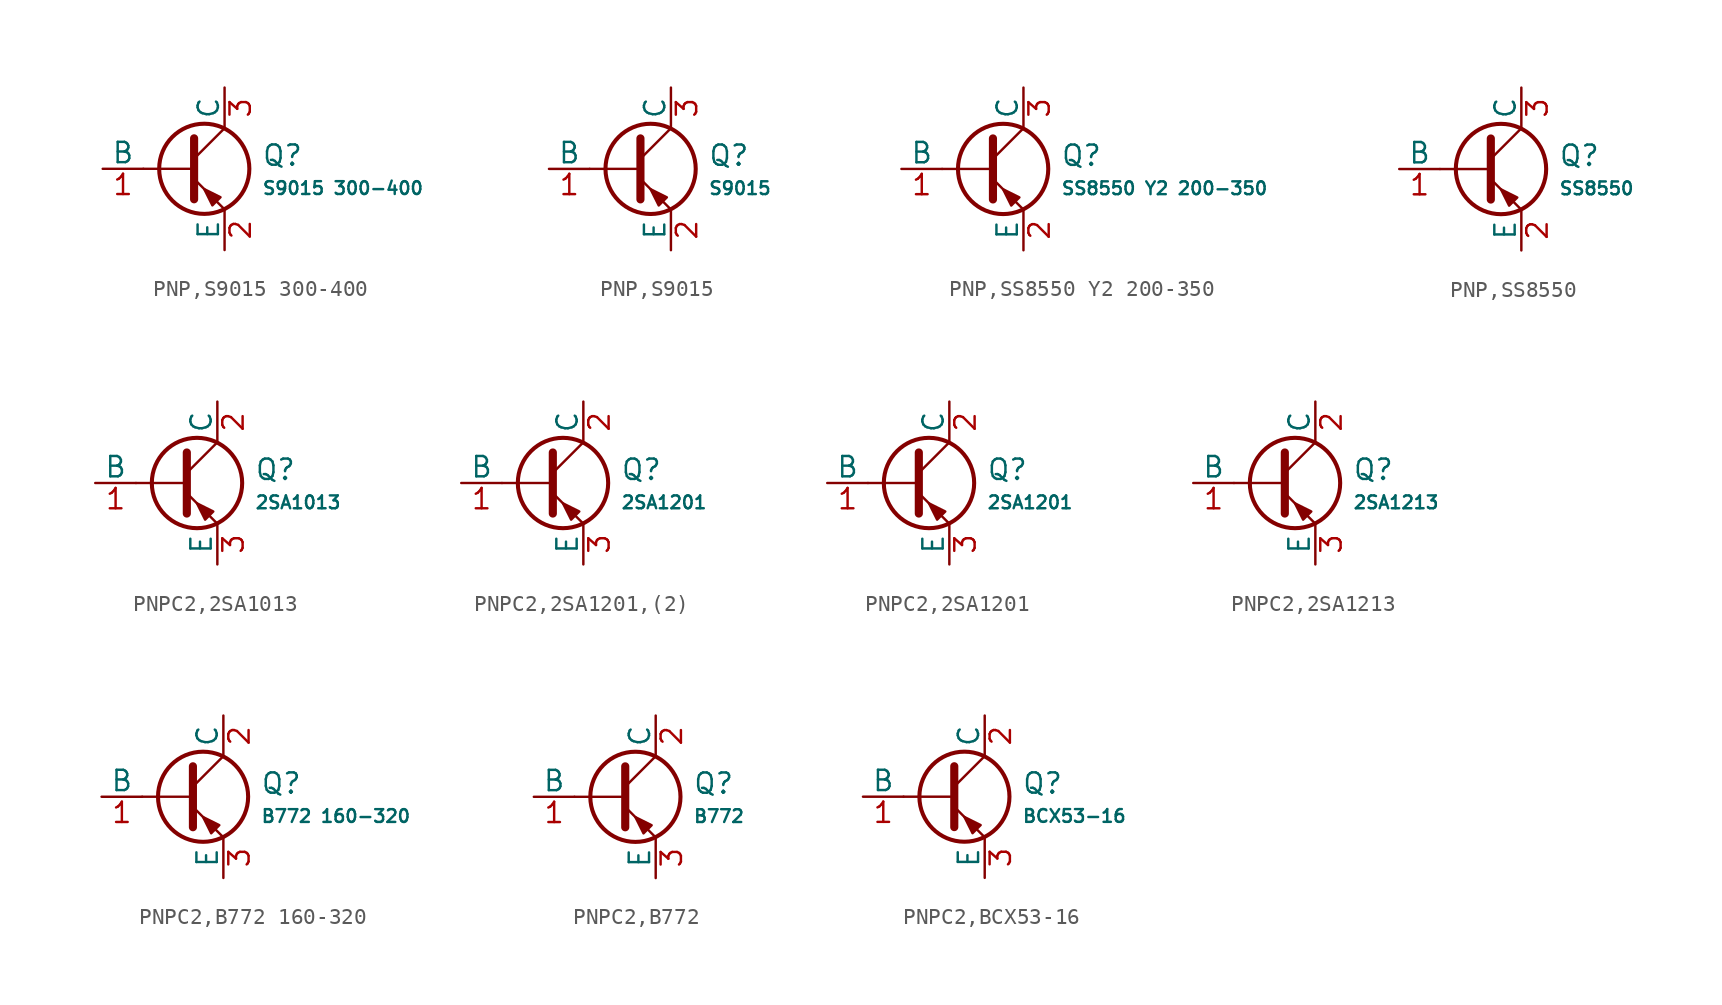
<source format=kicad_sym>
(kicad_symbol_lib
  (version 20231120)
  (generator "CDFER")
  (generator_version "8.0")
  (symbol "PNP,S9015 300-400"
    (pin_names
      (offset 0))
    (property "Reference" "Q"
      (at 4.851 0.834 0)
      (effects (font (size 1.27 1.27)) (justify left)))
    (property "Value" "S9015 300-400"
      (at 4.851 -1.212 0)
      (effects (font (size 0.8 0.8)) (justify left)))
    (symbol "PNP,S9015 300-400_0_1"
      (polyline (pts (xy -2.54 0) (xy 0.635 0)) (stroke (width 0.152) (type default)) (fill (type none)))
      (polyline (pts (xy 0.635 0.635) (xy 2.54 2.54)) (stroke (width 0) (type default)) (fill (type none)))
      (polyline (pts (xy 0.635 -0.635) (xy 2.54 -2.54) (xy 2.54 -2.54)) (stroke (width 0) (type default)) (fill (type none)))
      (polyline (pts (xy 0.635 1.905) (xy 0.635 -1.905) (xy 0.635 -1.905)) (stroke (width 0.508) (type default)) (fill (type none)))
      (polyline (pts (xy 2.286 -1.778) (xy 1.778 -2.286) (xy 1.27 -1.27) (xy 2.286 -1.778) (xy 2.286 -1.778)) (stroke (width 0) (type default)) (fill (type outline)))
      (circle (center 1.27 0) (radius 2.819) (stroke (width 0.254) (type default)) (fill (type none))))
    (symbol "PNP,S9015 300-400_1_1"
      (pin open_collector line (at 2.54 5.08 270) (length 2.54) (name "C" (effects (font (size 1.27 1.27)))) (number "3" (effects (font (size 1.27 1.27)))))
      (pin input line (at -5.08 0 0) (length 2.54) (name "B" (effects (font (size 1.27 1.27)))) (number "1" (effects (font (size 1.27 1.27)))))
      (pin open_emitter line (at 2.54 -5.08 90) (length 2.54) (name "E" (effects (font (size 1.27 1.27)))) (number "2" (effects (font (size 1.27 1.27)))))))
  (symbol "PNP,S9015"
    (pin_names
      (offset 0))
    (property "Reference" "Q"
      (at 4.851 0.834 0)
      (effects (font (size 1.27 1.27)) (justify left)))
    (property "Value" "S9015"
      (at 4.851 -1.212 0)
      (effects (font (size 0.8 0.8)) (justify left)))
    (symbol "PNP,S9015_0_1"
      (polyline (pts (xy -2.54 0) (xy 0.635 0)) (stroke (width 0.152) (type default)) (fill (type none)))
      (polyline (pts (xy 0.635 0.635) (xy 2.54 2.54)) (stroke (width 0) (type default)) (fill (type none)))
      (polyline (pts (xy 0.635 -0.635) (xy 2.54 -2.54) (xy 2.54 -2.54)) (stroke (width 0) (type default)) (fill (type none)))
      (polyline (pts (xy 0.635 1.905) (xy 0.635 -1.905) (xy 0.635 -1.905)) (stroke (width 0.508) (type default)) (fill (type none)))
      (polyline (pts (xy 2.286 -1.778) (xy 1.778 -2.286) (xy 1.27 -1.27) (xy 2.286 -1.778) (xy 2.286 -1.778)) (stroke (width 0) (type default)) (fill (type outline)))
      (circle (center 1.27 0) (radius 2.819) (stroke (width 0.254) (type default)) (fill (type none))))
    (symbol "PNP,S9015_1_1"
      (pin open_collector line (at 2.54 5.08 270) (length 2.54) (name "C" (effects (font (size 1.27 1.27)))) (number "3" (effects (font (size 1.27 1.27)))))
      (pin input line (at -5.08 0 0) (length 2.54) (name "B" (effects (font (size 1.27 1.27)))) (number "1" (effects (font (size 1.27 1.27)))))
      (pin open_emitter line (at 2.54 -5.08 90) (length 2.54) (name "E" (effects (font (size 1.27 1.27)))) (number "2" (effects (font (size 1.27 1.27)))))))
  (symbol "PNP,SS8550 Y2 200-350"
    (pin_names
      (offset 0))
    (property "Reference" "Q"
      (at 4.851 0.834 0)
      (effects (font (size 1.27 1.27)) (justify left)))
    (property "Value" "SS8550 Y2 200-350"
      (at 4.851 -1.212 0)
      (effects (font (size 0.8 0.8)) (justify left)))
    (symbol "PNP,SS8550 Y2 200-350_0_1"
      (polyline (pts (xy -2.54 0) (xy 0.635 0)) (stroke (width 0.152) (type default)) (fill (type none)))
      (polyline (pts (xy 0.635 0.635) (xy 2.54 2.54)) (stroke (width 0) (type default)) (fill (type none)))
      (polyline (pts (xy 0.635 -0.635) (xy 2.54 -2.54) (xy 2.54 -2.54)) (stroke (width 0) (type default)) (fill (type none)))
      (polyline (pts (xy 0.635 1.905) (xy 0.635 -1.905) (xy 0.635 -1.905)) (stroke (width 0.508) (type default)) (fill (type none)))
      (polyline (pts (xy 2.286 -1.778) (xy 1.778 -2.286) (xy 1.27 -1.27) (xy 2.286 -1.778) (xy 2.286 -1.778)) (stroke (width 0) (type default)) (fill (type outline)))
      (circle (center 1.27 0) (radius 2.819) (stroke (width 0.254) (type default)) (fill (type none))))
    (symbol "PNP,SS8550 Y2 200-350_1_1"
      (pin open_collector line (at 2.54 5.08 270) (length 2.54) (name "C" (effects (font (size 1.27 1.27)))) (number "3" (effects (font (size 1.27 1.27)))))
      (pin input line (at -5.08 0 0) (length 2.54) (name "B" (effects (font (size 1.27 1.27)))) (number "1" (effects (font (size 1.27 1.27)))))
      (pin open_emitter line (at 2.54 -5.08 90) (length 2.54) (name "E" (effects (font (size 1.27 1.27)))) (number "2" (effects (font (size 1.27 1.27)))))))
  (symbol "PNP,SS8550"
    (pin_names
      (offset 0))
    (property "Reference" "Q"
      (at 4.851 0.834 0)
      (effects (font (size 1.27 1.27)) (justify left)))
    (property "Value" "SS8550"
      (at 4.851 -1.212 0)
      (effects (font (size 0.8 0.8)) (justify left)))
    (symbol "PNP,SS8550_0_1"
      (polyline (pts (xy -2.54 0) (xy 0.635 0)) (stroke (width 0.152) (type default)) (fill (type none)))
      (polyline (pts (xy 0.635 0.635) (xy 2.54 2.54)) (stroke (width 0) (type default)) (fill (type none)))
      (polyline (pts (xy 0.635 -0.635) (xy 2.54 -2.54) (xy 2.54 -2.54)) (stroke (width 0) (type default)) (fill (type none)))
      (polyline (pts (xy 0.635 1.905) (xy 0.635 -1.905) (xy 0.635 -1.905)) (stroke (width 0.508) (type default)) (fill (type none)))
      (polyline (pts (xy 2.286 -1.778) (xy 1.778 -2.286) (xy 1.27 -1.27) (xy 2.286 -1.778) (xy 2.286 -1.778)) (stroke (width 0) (type default)) (fill (type outline)))
      (circle (center 1.27 0) (radius 2.819) (stroke (width 0.254) (type default)) (fill (type none))))
    (symbol "PNP,SS8550_1_1"
      (pin open_collector line (at 2.54 5.08 270) (length 2.54) (name "C" (effects (font (size 1.27 1.27)))) (number "3" (effects (font (size 1.27 1.27)))))
      (pin input line (at -5.08 0 0) (length 2.54) (name "B" (effects (font (size 1.27 1.27)))) (number "1" (effects (font (size 1.27 1.27)))))
      (pin open_emitter line (at 2.54 -5.08 90) (length 2.54) (name "E" (effects (font (size 1.27 1.27)))) (number "2" (effects (font (size 1.27 1.27)))))))
  (symbol "PNPC2,2SA1013"
    (pin_names
      (offset 0))
    (property "Reference" "Q"
      (at 4.851 0.834 0)
      (effects (font (size 1.27 1.27)) (justify left)))
    (property "Value" "2SA1013"
      (at 4.851 -1.212 0)
      (effects (font (size 0.8 0.8)) (justify left)))
    (symbol "PNPC2,2SA1013_0_1"
      (polyline (pts (xy -2.54 0) (xy 0.635 0)) (stroke (width 0.152) (type default)) (fill (type none)))
      (polyline (pts (xy 0.635 0.635) (xy 2.54 2.54)) (stroke (width 0) (type default)) (fill (type none)))
      (polyline (pts (xy 0.635 -0.635) (xy 2.54 -2.54) (xy 2.54 -2.54)) (stroke (width 0) (type default)) (fill (type none)))
      (polyline (pts (xy 0.635 1.905) (xy 0.635 -1.905) (xy 0.635 -1.905)) (stroke (width 0.508) (type default)) (fill (type none)))
      (polyline (pts (xy 2.286 -1.778) (xy 1.778 -2.286) (xy 1.27 -1.27) (xy 2.286 -1.778) (xy 2.286 -1.778)) (stroke (width 0) (type default)) (fill (type outline)))
      (circle (center 1.27 0) (radius 2.819) (stroke (width 0.254) (type default)) (fill (type none))))
    (symbol "PNPC2,2SA1013_1_1"
      (pin open_collector line (at 2.54 5.08 270) (length 2.54) (name "C" (effects (font (size 1.27 1.27)))) (number "2" (effects (font (size 1.27 1.27)))))
      (pin input line (at -5.08 0 0) (length 2.54) (name "B" (effects (font (size 1.27 1.27)))) (number "1" (effects (font (size 1.27 1.27)))))
      (pin open_emitter line (at 2.54 -5.08 90) (length 2.54) (name "E" (effects (font (size 1.27 1.27)))) (number "3" (effects (font (size 1.27 1.27)))))))
  (symbol "PNPC2,2SA1201,(2)"
    (pin_names
      (offset 0))
    (property "Reference" "Q"
      (at 4.851 0.834 0)
      (effects (font (size 1.27 1.27)) (justify left)))
    (property "Value" "2SA1201"
      (at 4.851 -1.212 0)
      (effects (font (size 0.8 0.8)) (justify left)))
    (symbol "PNPC2,2SA1201,(2)_0_1"
      (polyline (pts (xy -2.54 0) (xy 0.635 0)) (stroke (width 0.152) (type default)) (fill (type none)))
      (polyline (pts (xy 0.635 0.635) (xy 2.54 2.54)) (stroke (width 0) (type default)) (fill (type none)))
      (polyline (pts (xy 0.635 -0.635) (xy 2.54 -2.54) (xy 2.54 -2.54)) (stroke (width 0) (type default)) (fill (type none)))
      (polyline (pts (xy 0.635 1.905) (xy 0.635 -1.905) (xy 0.635 -1.905)) (stroke (width 0.508) (type default)) (fill (type none)))
      (polyline (pts (xy 2.286 -1.778) (xy 1.778 -2.286) (xy 1.27 -1.27) (xy 2.286 -1.778) (xy 2.286 -1.778)) (stroke (width 0) (type default)) (fill (type outline)))
      (circle (center 1.27 0) (radius 2.819) (stroke (width 0.254) (type default)) (fill (type none))))
    (symbol "PNPC2,2SA1201,(2)_1_1"
      (pin open_collector line (at 2.54 5.08 270) (length 2.54) (name "C" (effects (font (size 1.27 1.27)))) (number "2" (effects (font (size 1.27 1.27)))))
      (pin input line (at -5.08 0 0) (length 2.54) (name "B" (effects (font (size 1.27 1.27)))) (number "1" (effects (font (size 1.27 1.27)))))
      (pin open_emitter line (at 2.54 -5.08 90) (length 2.54) (name "E" (effects (font (size 1.27 1.27)))) (number "3" (effects (font (size 1.27 1.27)))))))
  (symbol "PNPC2,2SA1201"
    (pin_names
      (offset 0))
    (property "Reference" "Q"
      (at 4.851 0.834 0)
      (effects (font (size 1.27 1.27)) (justify left)))
    (property "Value" "2SA1201"
      (at 4.851 -1.212 0)
      (effects (font (size 0.8 0.8)) (justify left)))
    (symbol "PNPC2,2SA1201_0_1"
      (polyline (pts (xy -2.54 0) (xy 0.635 0)) (stroke (width 0.152) (type default)) (fill (type none)))
      (polyline (pts (xy 0.635 0.635) (xy 2.54 2.54)) (stroke (width 0) (type default)) (fill (type none)))
      (polyline (pts (xy 0.635 -0.635) (xy 2.54 -2.54) (xy 2.54 -2.54)) (stroke (width 0) (type default)) (fill (type none)))
      (polyline (pts (xy 0.635 1.905) (xy 0.635 -1.905) (xy 0.635 -1.905)) (stroke (width 0.508) (type default)) (fill (type none)))
      (polyline (pts (xy 2.286 -1.778) (xy 1.778 -2.286) (xy 1.27 -1.27) (xy 2.286 -1.778) (xy 2.286 -1.778)) (stroke (width 0) (type default)) (fill (type outline)))
      (circle (center 1.27 0) (radius 2.819) (stroke (width 0.254) (type default)) (fill (type none))))
    (symbol "PNPC2,2SA1201_1_1"
      (pin open_collector line (at 2.54 5.08 270) (length 2.54) (name "C" (effects (font (size 1.27 1.27)))) (number "2" (effects (font (size 1.27 1.27)))))
      (pin input line (at -5.08 0 0) (length 2.54) (name "B" (effects (font (size 1.27 1.27)))) (number "1" (effects (font (size 1.27 1.27)))))
      (pin open_emitter line (at 2.54 -5.08 90) (length 2.54) (name "E" (effects (font (size 1.27 1.27)))) (number "3" (effects (font (size 1.27 1.27)))))))
  (symbol "PNPC2,2SA1213"
    (pin_names
      (offset 0))
    (property "Reference" "Q"
      (at 4.851 0.834 0)
      (effects (font (size 1.27 1.27)) (justify left)))
    (property "Value" "2SA1213"
      (at 4.851 -1.212 0)
      (effects (font (size 0.8 0.8)) (justify left)))
    (symbol "PNPC2,2SA1213_0_1"
      (polyline (pts (xy -2.54 0) (xy 0.635 0)) (stroke (width 0.152) (type default)) (fill (type none)))
      (polyline (pts (xy 0.635 0.635) (xy 2.54 2.54)) (stroke (width 0) (type default)) (fill (type none)))
      (polyline (pts (xy 0.635 -0.635) (xy 2.54 -2.54) (xy 2.54 -2.54)) (stroke (width 0) (type default)) (fill (type none)))
      (polyline (pts (xy 0.635 1.905) (xy 0.635 -1.905) (xy 0.635 -1.905)) (stroke (width 0.508) (type default)) (fill (type none)))
      (polyline (pts (xy 2.286 -1.778) (xy 1.778 -2.286) (xy 1.27 -1.27) (xy 2.286 -1.778) (xy 2.286 -1.778)) (stroke (width 0) (type default)) (fill (type outline)))
      (circle (center 1.27 0) (radius 2.819) (stroke (width 0.254) (type default)) (fill (type none))))
    (symbol "PNPC2,2SA1213_1_1"
      (pin open_collector line (at 2.54 5.08 270) (length 2.54) (name "C" (effects (font (size 1.27 1.27)))) (number "2" (effects (font (size 1.27 1.27)))))
      (pin input line (at -5.08 0 0) (length 2.54) (name "B" (effects (font (size 1.27 1.27)))) (number "1" (effects (font (size 1.27 1.27)))))
      (pin open_emitter line (at 2.54 -5.08 90) (length 2.54) (name "E" (effects (font (size 1.27 1.27)))) (number "3" (effects (font (size 1.27 1.27)))))))
  (symbol "PNPC2,B772 160-320"
    (pin_names
      (offset 0))
    (property "Reference" "Q"
      (at 4.851 0.834 0)
      (effects (font (size 1.27 1.27)) (justify left)))
    (property "Value" "B772 160-320"
      (at 4.851 -1.212 0)
      (effects (font (size 0.8 0.8)) (justify left)))
    (symbol "PNPC2,B772 160-320_0_1"
      (polyline (pts (xy -2.54 0) (xy 0.635 0)) (stroke (width 0.152) (type default)) (fill (type none)))
      (polyline (pts (xy 0.635 0.635) (xy 2.54 2.54)) (stroke (width 0) (type default)) (fill (type none)))
      (polyline (pts (xy 0.635 -0.635) (xy 2.54 -2.54) (xy 2.54 -2.54)) (stroke (width 0) (type default)) (fill (type none)))
      (polyline (pts (xy 0.635 1.905) (xy 0.635 -1.905) (xy 0.635 -1.905)) (stroke (width 0.508) (type default)) (fill (type none)))
      (polyline (pts (xy 2.286 -1.778) (xy 1.778 -2.286) (xy 1.27 -1.27) (xy 2.286 -1.778) (xy 2.286 -1.778)) (stroke (width 0) (type default)) (fill (type outline)))
      (circle (center 1.27 0) (radius 2.819) (stroke (width 0.254) (type default)) (fill (type none))))
    (symbol "PNPC2,B772 160-320_1_1"
      (pin open_collector line (at 2.54 5.08 270) (length 2.54) (name "C" (effects (font (size 1.27 1.27)))) (number "2" (effects (font (size 1.27 1.27)))))
      (pin input line (at -5.08 0 0) (length 2.54) (name "B" (effects (font (size 1.27 1.27)))) (number "1" (effects (font (size 1.27 1.27)))))
      (pin open_emitter line (at 2.54 -5.08 90) (length 2.54) (name "E" (effects (font (size 1.27 1.27)))) (number "3" (effects (font (size 1.27 1.27)))))))
  (symbol "PNPC2,B772"
    (pin_names
      (offset 0))
    (property "Reference" "Q"
      (at 4.851 0.834 0)
      (effects (font (size 1.27 1.27)) (justify left)))
    (property "Value" "B772"
      (at 4.851 -1.212 0)
      (effects (font (size 0.8 0.8)) (justify left)))
    (symbol "PNPC2,B772_0_1"
      (polyline (pts (xy -2.54 0) (xy 0.635 0)) (stroke (width 0.152) (type default)) (fill (type none)))
      (polyline (pts (xy 0.635 0.635) (xy 2.54 2.54)) (stroke (width 0) (type default)) (fill (type none)))
      (polyline (pts (xy 0.635 -0.635) (xy 2.54 -2.54) (xy 2.54 -2.54)) (stroke (width 0) (type default)) (fill (type none)))
      (polyline (pts (xy 0.635 1.905) (xy 0.635 -1.905) (xy 0.635 -1.905)) (stroke (width 0.508) (type default)) (fill (type none)))
      (polyline (pts (xy 2.286 -1.778) (xy 1.778 -2.286) (xy 1.27 -1.27) (xy 2.286 -1.778) (xy 2.286 -1.778)) (stroke (width 0) (type default)) (fill (type outline)))
      (circle (center 1.27 0) (radius 2.819) (stroke (width 0.254) (type default)) (fill (type none))))
    (symbol "PNPC2,B772_1_1"
      (pin open_collector line (at 2.54 5.08 270) (length 2.54) (name "C" (effects (font (size 1.27 1.27)))) (number "2" (effects (font (size 1.27 1.27)))))
      (pin input line (at -5.08 0 0) (length 2.54) (name "B" (effects (font (size 1.27 1.27)))) (number "1" (effects (font (size 1.27 1.27)))))
      (pin open_emitter line (at 2.54 -5.08 90) (length 2.54) (name "E" (effects (font (size 1.27 1.27)))) (number "3" (effects (font (size 1.27 1.27)))))))
  (symbol "PNPC2,BCX53-16"
    (pin_names
      (offset 0))
    (property "Reference" "Q"
      (at 4.851 0.834 0)
      (effects (font (size 1.27 1.27)) (justify left)))
    (property "Value" "BCX53-16"
      (at 4.851 -1.212 0)
      (effects (font (size 0.8 0.8)) (justify left)))
    (symbol "PNPC2,BCX53-16_0_1"
      (polyline (pts (xy -2.54 0) (xy 0.635 0)) (stroke (width 0.152) (type default)) (fill (type none)))
      (polyline (pts (xy 0.635 0.635) (xy 2.54 2.54)) (stroke (width 0) (type default)) (fill (type none)))
      (polyline (pts (xy 0.635 -0.635) (xy 2.54 -2.54) (xy 2.54 -2.54)) (stroke (width 0) (type default)) (fill (type none)))
      (polyline (pts (xy 0.635 1.905) (xy 0.635 -1.905) (xy 0.635 -1.905)) (stroke (width 0.508) (type default)) (fill (type none)))
      (polyline (pts (xy 2.286 -1.778) (xy 1.778 -2.286) (xy 1.27 -1.27) (xy 2.286 -1.778) (xy 2.286 -1.778)) (stroke (width 0) (type default)) (fill (type outline)))
      (circle (center 1.27 0) (radius 2.819) (stroke (width 0.254) (type default)) (fill (type none))))
    (symbol "PNPC2,BCX53-16_1_1"
      (pin open_collector line (at 2.54 5.08 270) (length 2.54) (name "C" (effects (font (size 1.27 1.27)))) (number "2" (effects (font (size 1.27 1.27)))))
      (pin input line (at -5.08 0 0) (length 2.54) (name "B" (effects (font (size 1.27 1.27)))) (number "1" (effects (font (size 1.27 1.27)))))
      (pin open_emitter line (at 2.54 -5.08 90) (length 2.54) (name "E" (effects (font (size 1.27 1.27)))) (number "3" (effects (font (size 1.27 1.27))))))))
</source>
